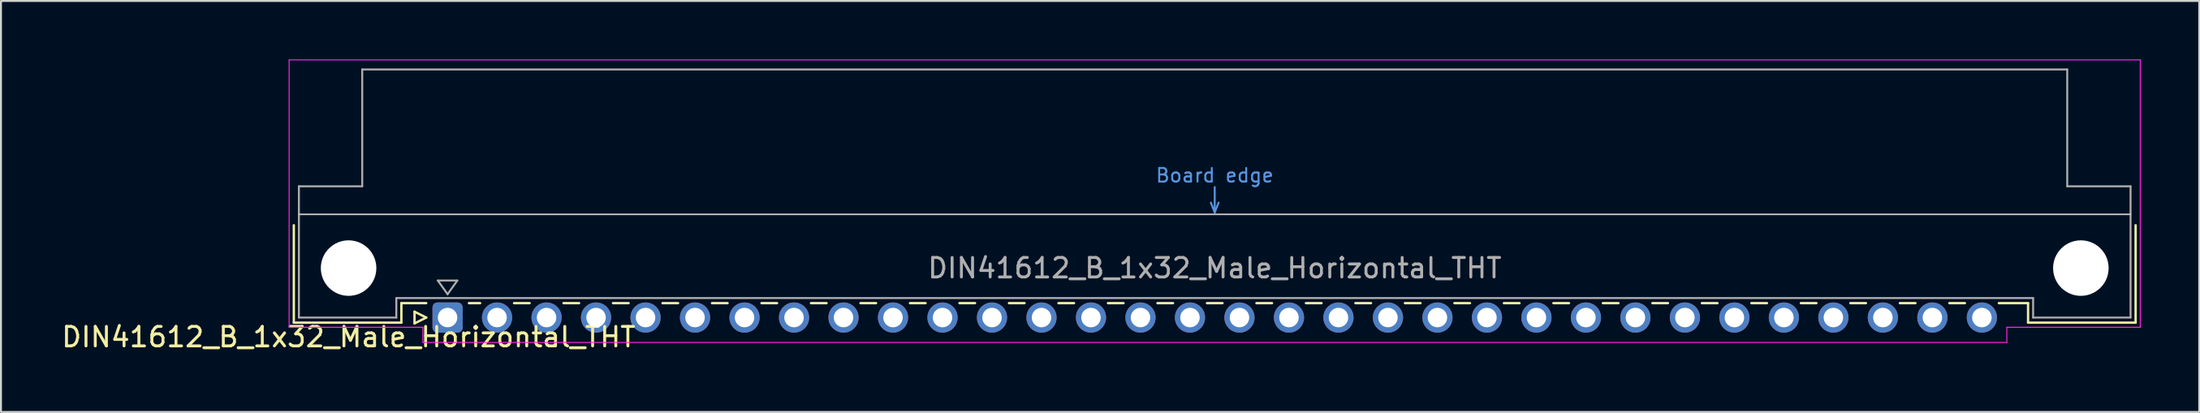
<source format=kicad_pcb>
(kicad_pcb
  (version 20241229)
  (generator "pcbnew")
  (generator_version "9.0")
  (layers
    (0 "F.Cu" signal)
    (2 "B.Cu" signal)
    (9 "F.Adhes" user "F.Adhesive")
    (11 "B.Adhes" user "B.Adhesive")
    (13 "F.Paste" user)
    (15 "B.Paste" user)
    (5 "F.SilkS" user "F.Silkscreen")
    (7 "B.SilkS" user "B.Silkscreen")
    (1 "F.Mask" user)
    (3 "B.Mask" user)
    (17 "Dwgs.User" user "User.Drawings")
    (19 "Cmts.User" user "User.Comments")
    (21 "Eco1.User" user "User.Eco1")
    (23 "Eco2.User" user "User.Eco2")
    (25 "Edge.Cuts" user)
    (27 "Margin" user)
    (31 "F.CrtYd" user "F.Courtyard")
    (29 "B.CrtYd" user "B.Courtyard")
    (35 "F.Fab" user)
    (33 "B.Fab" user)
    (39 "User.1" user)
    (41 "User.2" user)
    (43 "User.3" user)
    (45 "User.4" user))
  (footprint "DIN41612_B_1x32_Male_Horizontal_THT"
    (layer "F.Cu")
    (at 19.919 13.255)
    (property "Reference" "DIN41612_B_1x32_Male_Horizontal_THT" (at -5.08 1 0) (layer "F.SilkS") (effects (font (size 1 1) (thickness 0.15))))
    (attr through_hole)
    (fp_line (start -7.89 -4.74) (end -7.89 0.26) (stroke (width 0.12) (type solid)) (layer "F.SilkS"))
    (fp_line (start -7.89 0.26) (end -2.37 0.26) (stroke (width 0.12) (type solid)) (layer "F.SilkS"))
    (fp_line (start -2.371 -0.74) (end -1.095 -0.74) (stroke (width 0.12) (type solid)) (layer "F.SilkS"))
    (fp_line (start -2.37 0.26) (end -2.37 -0.74) (stroke (width 0.12) (type solid)) (layer "F.SilkS"))
    (fp_line (start -1.695 -0.3) (end -1.695 0.3) (stroke (width 0.12) (type solid)) (layer "F.SilkS"))
    (fp_line (start -1.695 0.3) (end -1.095 0) (stroke (width 0.12) (type solid)) (layer "F.SilkS"))
    (fp_line (start -1.095 0) (end -1.695 -0.3) (stroke (width 0.12) (type solid)) (layer "F.SilkS"))
    (fp_line (start 1.095 -0.74) (end 1.671 -0.74) (stroke (width 0.12) (type solid)) (layer "F.SilkS"))
    (fp_line (start 3.41 -0.74) (end 4.211 -0.74) (stroke (width 0.12) (type solid)) (layer "F.SilkS"))
    (fp_line (start 5.95 -0.74) (end 6.751 -0.74) (stroke (width 0.12) (type solid)) (layer "F.SilkS"))
    (fp_line (start 8.49 -0.74) (end 9.291 -0.74) (stroke (width 0.12) (type solid)) (layer "F.SilkS"))
    (fp_line (start 11.03 -0.74) (end 11.831 -0.74) (stroke (width 0.12) (type solid)) (layer "F.SilkS"))
    (fp_line (start 13.57 -0.74) (end 14.371 -0.74) (stroke (width 0.12) (type solid)) (layer "F.SilkS"))
    (fp_line (start 16.11 -0.74) (end 16.911 -0.74) (stroke (width 0.12) (type solid)) (layer "F.SilkS"))
    (fp_line (start 18.65 -0.74) (end 19.451 -0.74) (stroke (width 0.12) (type solid)) (layer "F.SilkS"))
    (fp_line (start 21.19 -0.74) (end 21.991 -0.74) (stroke (width 0.12) (type solid)) (layer "F.SilkS"))
    (fp_line (start 23.73 -0.74) (end 24.531 -0.74) (stroke (width 0.12) (type solid)) (layer "F.SilkS"))
    (fp_line (start 26.27 -0.74) (end 27.071 -0.74) (stroke (width 0.12) (type solid)) (layer "F.SilkS"))
    (fp_line (start 28.81 -0.74) (end 29.611 -0.74) (stroke (width 0.12) (type solid)) (layer "F.SilkS"))
    (fp_line (start 31.35 -0.74) (end 32.151 -0.74) (stroke (width 0.12) (type solid)) (layer "F.SilkS"))
    (fp_line (start 33.89 -0.74) (end 34.691 -0.74) (stroke (width 0.12) (type solid)) (layer "F.SilkS"))
    (fp_line (start 36.43 -0.74) (end 37.231 -0.74) (stroke (width 0.12) (type solid)) (layer "F.SilkS"))
    (fp_line (start 38.97 -0.74) (end 39.771 -0.74) (stroke (width 0.12) (type solid)) (layer "F.SilkS"))
    (fp_line (start 41.51 -0.74) (end 42.311 -0.74) (stroke (width 0.12) (type solid)) (layer "F.SilkS"))
    (fp_line (start 44.05 -0.74) (end 44.851 -0.74) (stroke (width 0.12) (type solid)) (layer "F.SilkS"))
    (fp_line (start 46.59 -0.74) (end 47.391 -0.74) (stroke (width 0.12) (type solid)) (layer "F.SilkS"))
    (fp_line (start 49.13 -0.74) (end 49.931 -0.74) (stroke (width 0.12) (type solid)) (layer "F.SilkS"))
    (fp_line (start 51.67 -0.74) (end 52.471 -0.74) (stroke (width 0.12) (type solid)) (layer "F.SilkS"))
    (fp_line (start 54.21 -0.74) (end 55.011 -0.74) (stroke (width 0.12) (type solid)) (layer "F.SilkS"))
    (fp_line (start 56.75 -0.74) (end 57.551 -0.74) (stroke (width 0.12) (type solid)) (layer "F.SilkS"))
    (fp_line (start 59.29 -0.74) (end 60.091 -0.74) (stroke (width 0.12) (type solid)) (layer "F.SilkS"))
    (fp_line (start 61.83 -0.74) (end 62.631 -0.74) (stroke (width 0.12) (type solid)) (layer "F.SilkS"))
    (fp_line (start 64.37 -0.74) (end 65.171 -0.74) (stroke (width 0.12) (type solid)) (layer "F.SilkS"))
    (fp_line (start 66.91 -0.74) (end 67.711 -0.74) (stroke (width 0.12) (type solid)) (layer "F.SilkS"))
    (fp_line (start 69.45 -0.74) (end 70.251 -0.74) (stroke (width 0.12) (type solid)) (layer "F.SilkS"))
    (fp_line (start 71.99 -0.74) (end 72.791 -0.74) (stroke (width 0.12) (type solid)) (layer "F.SilkS"))
    (fp_line (start 74.53 -0.74) (end 75.331 -0.74) (stroke (width 0.12) (type solid)) (layer "F.SilkS"))
    (fp_line (start 77.07 -0.74) (end 77.871 -0.74) (stroke (width 0.12) (type solid)) (layer "F.SilkS"))
    (fp_line (start 79.61 -0.74) (end 81.11 -0.74) (stroke (width 0.12) (type solid)) (layer "F.SilkS"))
    (fp_line (start 81.11 0.26) (end 81.11 -0.74) (stroke (width 0.12) (type solid)) (layer "F.SilkS"))
    (fp_line (start 86.63 -4.74) (end 86.63 0.26) (stroke (width 0.12) (type solid)) (layer "F.SilkS"))
    (fp_line (start 86.63 0.26) (end 81.11 0.26) (stroke (width 0.12) (type solid)) (layer "F.SilkS"))
    (fp_line (start -7.63 -5.3) (end 86.37 -5.3) (stroke (width 0.08) (type solid)) (layer "Dwgs.User"))
    (fp_line (start 39.17 -5.9) (end 39.37 -5.4) (stroke (width 0.1) (type solid)) (layer "Cmts.User"))
    (fp_line (start 39.37 -5.4) (end 39.37 -6.7) (stroke (width 0.1) (type solid)) (layer "Cmts.User"))
    (fp_line (start 39.37 -5.4) (end 39.57 -5.9) (stroke (width 0.1) (type solid)) (layer "Cmts.User"))
    (fp_line (start -8.13 -13.23) (end -8.13 0.5) (stroke (width 0.05) (type solid)) (layer "F.CrtYd"))
    (fp_line (start -8.13 0.5) (end -1.27 0.5) (stroke (width 0.05) (type solid)) (layer "F.CrtYd"))
    (fp_line (start -1.27 0.5) (end -1.27 1.28) (stroke (width 0.05) (type solid)) (layer "F.CrtYd"))
    (fp_line (start -1.27 1.28) (end 80.02 1.28) (stroke (width 0.05) (type solid)) (layer "F.CrtYd"))
    (fp_line (start 80.02 0.5) (end 86.87 0.5) (stroke (width 0.05) (type solid)) (layer "F.CrtYd"))
    (fp_line (start 80.02 1.28) (end 80.02 0.5) (stroke (width 0.05) (type solid)) (layer "F.CrtYd"))
    (fp_line (start 86.87 -13.23) (end -8.13 -13.23) (stroke (width 0.05) (type solid)) (layer "F.CrtYd"))
    (fp_line (start 86.87 0.5) (end 86.87 -13.23) (stroke (width 0.05) (type solid)) (layer "F.CrtYd"))
    (fp_line (start -7.63 -6.74) (end -7.63 0) (stroke (width 0.1) (type solid)) (layer "F.Fab"))
    (fp_line (start -7.63 0) (end -2.63 0) (stroke (width 0.1) (type solid)) (layer "F.Fab"))
    (fp_line (start -4.38 -12.74) (end -4.38 -6.74) (stroke (width 0.1) (type solid)) (layer "F.Fab"))
    (fp_line (start -4.38 -6.74) (end -7.63 -6.74) (stroke (width 0.1) (type solid)) (layer "F.Fab"))
    (fp_line (start -2.63 -1) (end 81.37 -1) (stroke (width 0.1) (type solid)) (layer "F.Fab"))
    (fp_line (start -2.63 0) (end -2.63 -1) (stroke (width 0.1) (type solid)) (layer "F.Fab"))
    (fp_line (start -0.5 -1.9) (end 0.5 -1.9) (stroke (width 0.1) (type solid)) (layer "F.Fab"))
    (fp_line (start 0 -1.2) (end -0.5 -1.9) (stroke (width 0.1) (type solid)) (layer "F.Fab"))
    (fp_line (start 0.5 -1.9) (end 0 -1.2) (stroke (width 0.1) (type solid)) (layer "F.Fab"))
    (fp_line (start 81.37 -1) (end 81.37 0) (stroke (width 0.1) (type solid)) (layer "F.Fab"))
    (fp_line (start 81.37 0) (end 86.37 0) (stroke (width 0.1) (type solid)) (layer "F.Fab"))
    (fp_line (start 83.12 -12.74) (end -4.38 -12.74) (stroke (width 0.1) (type solid)) (layer "F.Fab"))
    (fp_line (start 83.12 -6.74) (end 83.12 -12.74) (stroke (width 0.1) (type solid)) (layer "F.Fab"))
    (fp_line (start 86.37 -6.74) (end 83.12 -6.74) (stroke (width 0.1) (type solid)) (layer "F.Fab"))
    (fp_line (start 86.37 0) (end 86.37 -6.74) (stroke (width 0.1) (type solid)) (layer "F.Fab"))
    (fp_text user "Board edge" (at 39.37 -7.3 0) (layer "Cmts.User") (effects (font (size 0.7 0.7) (thickness 0.1))))
    (fp_text user "${REFERENCE}" (at 39.37 -2.54 0) (layer "F.Fab") (effects (font (size 1 1) (thickness 0.15))))
    (pad "" np_thru_hole circle (at -5.08 -2.54) (size 2.85 2.85) (drill 2.85) (layers "*.Cu" "*.Mask"))
    (pad "" np_thru_hole circle (at 83.82 -2.54) (size 2.85 2.85) (drill 2.85) (layers "*.Cu" "*.Mask"))
    (pad "a1" thru_hole roundrect (at 0 0) (size 1.55 1.55) (drill 1) (layers "*.Cu" "*.Mask") (roundrect_rratio 0.161))
    (pad "a2" thru_hole circle (at 2.54 0) (size 1.55 1.55) (drill 1) (layers "*.Cu" "*.Mask"))
    (pad "a3" thru_hole circle (at 5.08 0) (size 1.55 1.55) (drill 1) (layers "*.Cu" "*.Mask"))
    (pad "a4" thru_hole circle (at 7.62 0) (size 1.55 1.55) (drill 1) (layers "*.Cu" "*.Mask"))
    (pad "a5" thru_hole circle (at 10.16 0) (size 1.55 1.55) (drill 1) (layers "*.Cu" "*.Mask"))
    (pad "a6" thru_hole circle (at 12.7 0) (size 1.55 1.55) (drill 1) (layers "*.Cu" "*.Mask"))
    (pad "a7" thru_hole circle (at 15.24 0) (size 1.55 1.55) (drill 1) (layers "*.Cu" "*.Mask"))
    (pad "a8" thru_hole circle (at 17.78 0) (size 1.55 1.55) (drill 1) (layers "*.Cu" "*.Mask"))
    (pad "a9" thru_hole circle (at 20.32 0) (size 1.55 1.55) (drill 1) (layers "*.Cu" "*.Mask"))
    (pad "a10" thru_hole circle (at 22.86 0) (size 1.55 1.55) (drill 1) (layers "*.Cu" "*.Mask"))
    (pad "a11" thru_hole circle (at 25.4 0) (size 1.55 1.55) (drill 1) (layers "*.Cu" "*.Mask"))
    (pad "a12" thru_hole circle (at 27.94 0) (size 1.55 1.55) (drill 1) (layers "*.Cu" "*.Mask"))
    (pad "a13" thru_hole circle (at 30.48 0) (size 1.55 1.55) (drill 1) (layers "*.Cu" "*.Mask"))
    (pad "a14" thru_hole circle (at 33.02 0) (size 1.55 1.55) (drill 1) (layers "*.Cu" "*.Mask"))
    (pad "a15" thru_hole circle (at 35.56 0) (size 1.55 1.55) (drill 1) (layers "*.Cu" "*.Mask"))
    (pad "a16" thru_hole circle (at 38.1 0) (size 1.55 1.55) (drill 1) (layers "*.Cu" "*.Mask"))
    (pad "a17" thru_hole circle (at 40.64 0) (size 1.55 1.55) (drill 1) (layers "*.Cu" "*.Mask"))
    (pad "a18" thru_hole circle (at 43.18 0) (size 1.55 1.55) (drill 1) (layers "*.Cu" "*.Mask"))
    (pad "a19" thru_hole circle (at 45.72 0) (size 1.55 1.55) (drill 1) (layers "*.Cu" "*.Mask"))
    (pad "a20" thru_hole circle (at 48.26 0) (size 1.55 1.55) (drill 1) (layers "*.Cu" "*.Mask"))
    (pad "a21" thru_hole circle (at 50.8 0) (size 1.55 1.55) (drill 1) (layers "*.Cu" "*.Mask"))
    (pad "a22" thru_hole circle (at 53.34 0) (size 1.55 1.55) (drill 1) (layers "*.Cu" "*.Mask"))
    (pad "a23" thru_hole circle (at 55.88 0) (size 1.55 1.55) (drill 1) (layers "*.Cu" "*.Mask"))
    (pad "a24" thru_hole circle (at 58.42 0) (size 1.55 1.55) (drill 1) (layers "*.Cu" "*.Mask"))
    (pad "a25" thru_hole circle (at 60.96 0) (size 1.55 1.55) (drill 1) (layers "*.Cu" "*.Mask"))
    (pad "a26" thru_hole circle (at 63.5 0) (size 1.55 1.55) (drill 1) (layers "*.Cu" "*.Mask"))
    (pad "a27" thru_hole circle (at 66.04 0) (size 1.55 1.55) (drill 1) (layers "*.Cu" "*.Mask"))
    (pad "a28" thru_hole circle (at 68.58 0) (size 1.55 1.55) (drill 1) (layers "*.Cu" "*.Mask"))
    (pad "a29" thru_hole circle (at 71.12 0) (size 1.55 1.55) (drill 1) (layers "*.Cu" "*.Mask"))
    (pad "a30" thru_hole circle (at 73.66 0) (size 1.55 1.55) (drill 1) (layers "*.Cu" "*.Mask"))
    (pad "a31" thru_hole circle (at 76.2 0) (size 1.55 1.55) (drill 1) (layers "*.Cu" "*.Mask"))
    (pad "a32" thru_hole circle (at 78.74 0) (size 1.55 1.55) (drill 1) (layers "*.Cu" "*.Mask")))
  (gr_rect
    (start -3 -3)
    (end 109.814 18.103)
    (stroke (width 0.1) (type default))
    (fill no)
    (layer "Edge.Cuts")))
</source>
